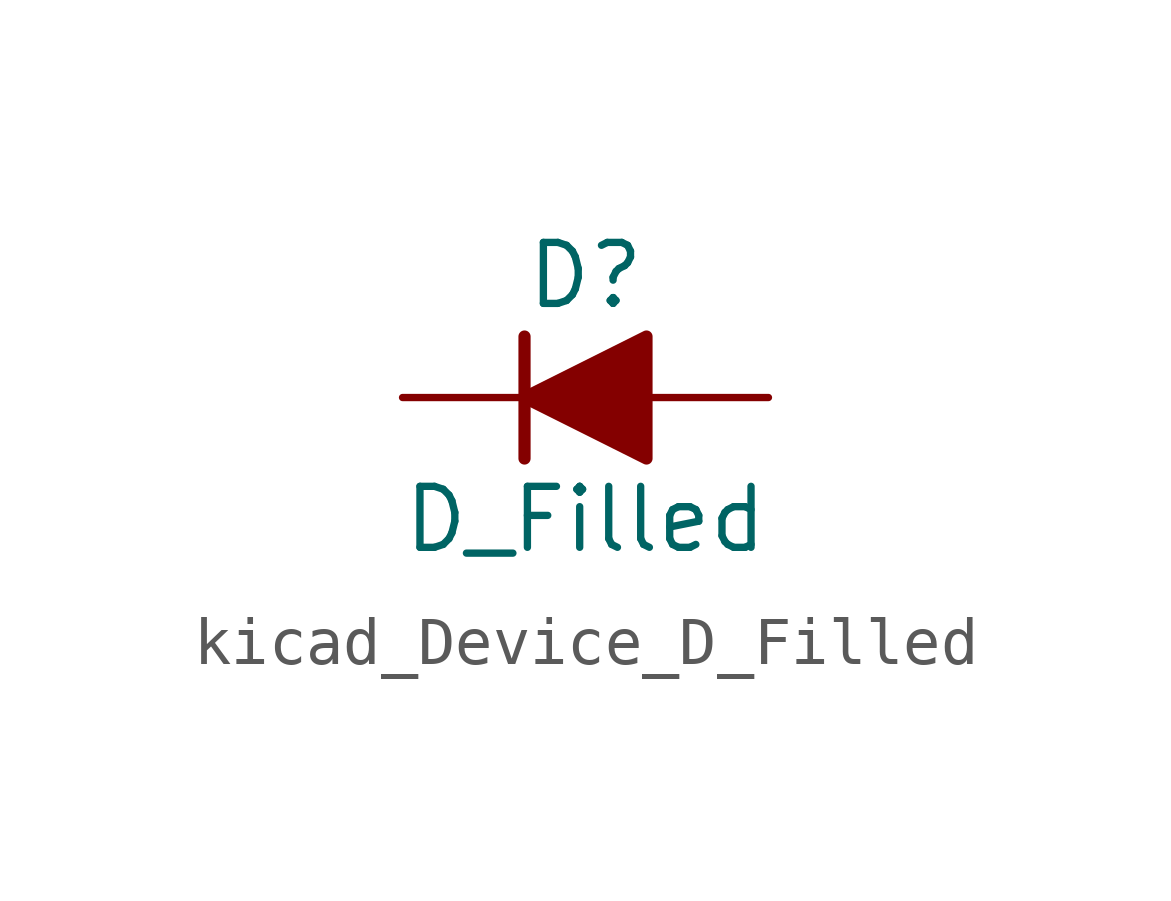
<source format=kicad_sym>
(kicad_symbol_lib
  (version 20220914)
  (generator kicad_symbol_editor)
  (symbol "kicad_Device_D_Filled"
    (pin_numbers hide)
    (pin_names
      (offset 1.016) hide)
    (property "Reference" "D"
      (at 0 2.54 0)
      (effects (font (size 1.27 1.27))))
    (property "Value" "D_Filled"
      (at 0 -2.54 0)
      (effects (font (size 1.27 1.27))))
    (symbol "kicad_Device_D_Filled_0_1"
      (polyline (pts (xy -1.27 1.27) (xy -1.27 -1.27)) (stroke (width 0.254) (type default)) (fill (type none)))
      (polyline (pts (xy 1.27 0) (xy -1.27 0)) (stroke (width 0) (type default)) (fill (type none)))
      (polyline (pts (xy 1.27 1.27) (xy 1.27 -1.27) (xy -1.27 0) (xy 1.27 1.27)) (stroke (width 0.254) (type default)) (fill (type outline))))
    (symbol "kicad_Device_D_Filled_1_1"
      (pin passive line (at -3.81 0 0) (length 2.54) (name "K" (effects (font (size 1.27 1.27)))) (number "1" (effects (font (size 1.27 1.27)))))
      (pin passive line (at 3.81 0 180) (length 2.54) (name "A" (effects (font (size 1.27 1.27)))) (number "2" (effects (font (size 1.27 1.27))))))))
</source>
